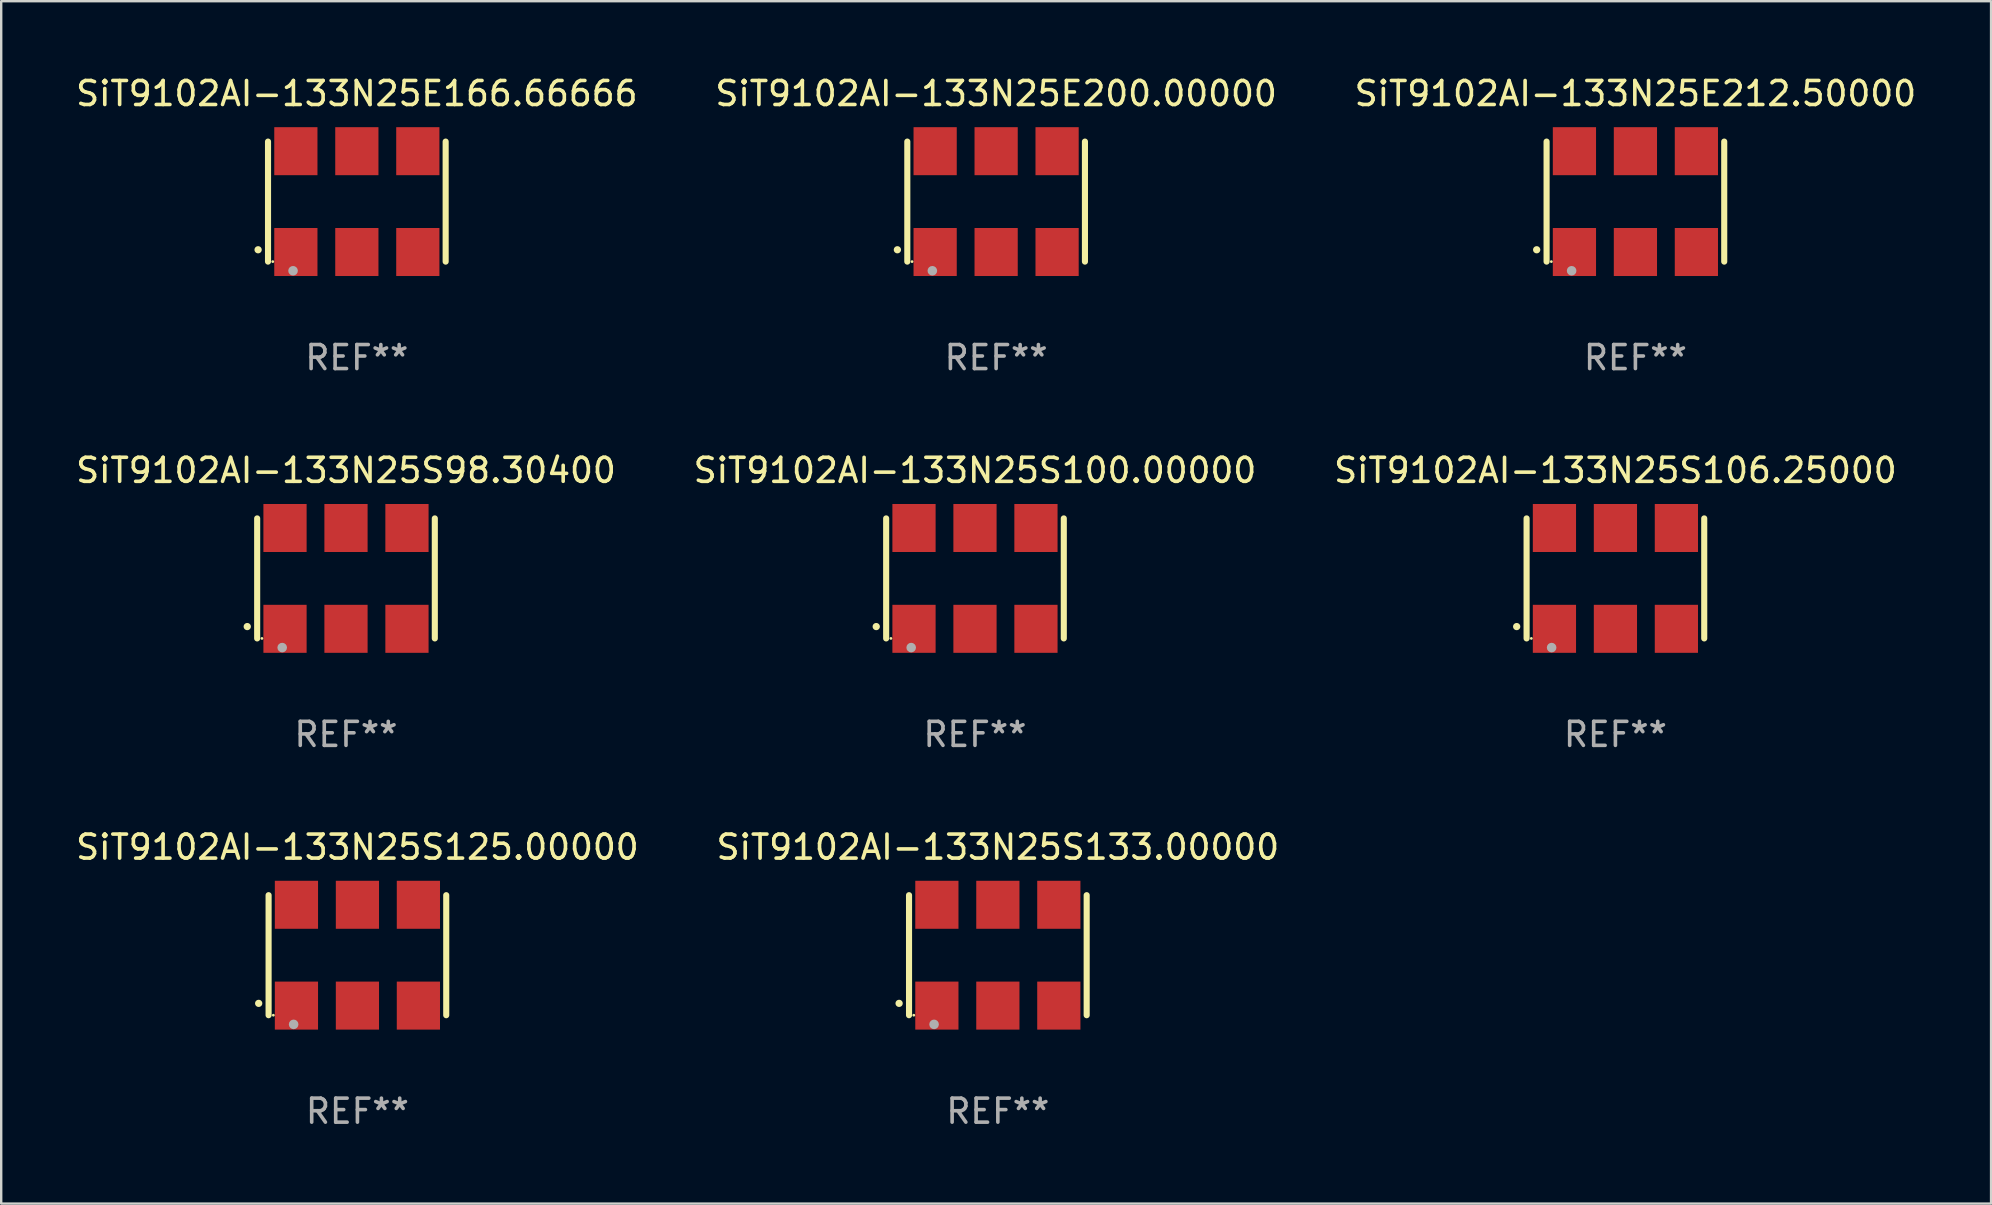
<source format=kicad_pcb>
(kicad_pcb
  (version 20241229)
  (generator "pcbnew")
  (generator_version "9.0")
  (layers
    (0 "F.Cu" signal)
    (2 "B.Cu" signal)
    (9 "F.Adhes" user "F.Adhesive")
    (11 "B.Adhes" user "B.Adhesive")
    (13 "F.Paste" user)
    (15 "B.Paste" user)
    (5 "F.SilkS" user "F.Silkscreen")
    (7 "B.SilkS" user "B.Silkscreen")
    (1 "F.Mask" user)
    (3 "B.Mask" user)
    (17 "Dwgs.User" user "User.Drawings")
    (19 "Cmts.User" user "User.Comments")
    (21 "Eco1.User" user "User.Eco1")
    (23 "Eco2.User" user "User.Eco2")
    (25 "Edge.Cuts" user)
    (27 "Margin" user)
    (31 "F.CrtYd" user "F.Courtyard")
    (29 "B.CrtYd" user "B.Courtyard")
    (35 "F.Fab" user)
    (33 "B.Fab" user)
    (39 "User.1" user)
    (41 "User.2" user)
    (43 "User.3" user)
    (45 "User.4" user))
  (footprint "SiT9102AI-133N25S100.00000"
    (layer "F.Cu")
    (at 37.565 21.045)
    (property "Reference" "SiT9102AI-133N25S100.00000" (at 0 -4.5 0) (layer "F.SilkS") (effects (font (size 1 1) (thickness 0.15))))
    (attr through_hole)
    (fp_line (start -3.7 -2.5) (end -3.7 2.5) (stroke (width 0.254) (type solid)) (layer "F.SilkS"))
    (fp_line (start 3.7 -2.5) (end 3.7 2.5) (stroke (width 0.254) (type solid)) (layer "F.SilkS"))
    (fp_arc (start -4.114415 2.006604) (mid -4.113145 2.006599) (end -4.111875 2.006604) (stroke (width 0.3) (type solid)) (layer "F.SilkS"))
    (fp_circle (center -3.502 2.5) (end -3.472 2.5) (stroke (width 0.06) (type solid)) (fill no) (layer "F.SilkS"))
    (fp_circle (center -2.657 2.882) (end -2.557 2.882) (stroke (width 0.2) (type solid)) (fill no) (layer "F.Fab"))
    (fp_text user "REF**" (at 0 6.5 0) (layer "F.Fab") (effects (font (size 1 1) (thickness 0.15))))
    (pad "1" smd rect (at -2.54 2.1) (size 1.8 2) (layers "F.Cu" "F.Mask" "F.Paste"))
    (pad "2" smd rect (at 0.000394 2.1) (size 1.8 2) (layers "F.Cu" "F.Mask" "F.Paste"))
    (pad "3" smd rect (at 2.54 2.1) (size 1.8 2) (layers "F.Cu" "F.Mask" "F.Paste"))
    (pad "4" smd rect (at 2.54 -2.1) (size 1.8 2) (layers "F.Cu" "F.Mask" "F.Paste"))
    (pad "5" smd rect (at 0.000394 -2.1) (size 1.8 2) (layers "F.Cu" "F.Mask" "F.Paste"))
    (pad "6" smd rect (at -2.54 -2.1) (size 1.8 2) (layers "F.Cu" "F.Mask" "F.Paste")))
  (footprint "SiT9102AI-133N25E212.50000"
    (layer "F.Cu")
    (at 65.077 5.348)
    (property "Reference" "SiT9102AI-133N25E212.50000" (at 0 -4.5 0) (layer "F.SilkS") (effects (font (size 1 1) (thickness 0.15))))
    (attr through_hole)
    (fp_line (start -3.7 -2.5) (end -3.7 2.5) (stroke (width 0.254) (type solid)) (layer "F.SilkS"))
    (fp_line (start 3.7 -2.5) (end 3.7 2.5) (stroke (width 0.254) (type solid)) (layer "F.SilkS"))
    (fp_arc (start -4.114415 2.006604) (mid -4.113145 2.006599) (end -4.111875 2.006604) (stroke (width 0.3) (type solid)) (layer "F.SilkS"))
    (fp_circle (center -3.502 2.5) (end -3.472 2.5) (stroke (width 0.06) (type solid)) (fill no) (layer "F.SilkS"))
    (fp_circle (center -2.657 2.882) (end -2.557 2.882) (stroke (width 0.2) (type solid)) (fill no) (layer "F.Fab"))
    (fp_text user "REF**" (at 0 6.5 0) (layer "F.Fab") (effects (font (size 1 1) (thickness 0.15))))
    (pad "1" smd rect (at -2.54 2.1) (size 1.8 2) (layers "F.Cu" "F.Mask" "F.Paste"))
    (pad "2" smd rect (at 0.000394 2.1) (size 1.8 2) (layers "F.Cu" "F.Mask" "F.Paste"))
    (pad "3" smd rect (at 2.54 2.1) (size 1.8 2) (layers "F.Cu" "F.Mask" "F.Paste"))
    (pad "4" smd rect (at 2.54 -2.1) (size 1.8 2) (layers "F.Cu" "F.Mask" "F.Paste"))
    (pad "5" smd rect (at 0.000394 -2.1) (size 1.8 2) (layers "F.Cu" "F.Mask" "F.Paste"))
    (pad "6" smd rect (at -2.54 -2.1) (size 1.8 2) (layers "F.Cu" "F.Mask" "F.Paste")))
  (footprint "SiT9102AI-133N25S125.00000"
    (layer "F.Cu")
    (at 11.839 36.741)
    (property "Reference" "SiT9102AI-133N25S125.00000" (at 0 -4.5 0) (layer "F.SilkS") (effects (font (size 1 1) (thickness 0.15))))
    (attr through_hole)
    (fp_line (start -3.7 -2.5) (end -3.7 2.5) (stroke (width 0.254) (type solid)) (layer "F.SilkS"))
    (fp_line (start 3.7 -2.5) (end 3.7 2.5) (stroke (width 0.254) (type solid)) (layer "F.SilkS"))
    (fp_arc (start -4.114415 2.006604) (mid -4.113145 2.006599) (end -4.111875 2.006604) (stroke (width 0.3) (type solid)) (layer "F.SilkS"))
    (fp_circle (center -3.502 2.5) (end -3.472 2.5) (stroke (width 0.06) (type solid)) (fill no) (layer "F.SilkS"))
    (fp_circle (center -2.657 2.882) (end -2.557 2.882) (stroke (width 0.2) (type solid)) (fill no) (layer "F.Fab"))
    (fp_text user "REF**" (at 0 6.5 0) (layer "F.Fab") (effects (font (size 1 1) (thickness 0.15))))
    (pad "1" smd rect (at -2.54 2.1) (size 1.8 2) (layers "F.Cu" "F.Mask" "F.Paste"))
    (pad "2" smd rect (at 0.000394 2.1) (size 1.8 2) (layers "F.Cu" "F.Mask" "F.Paste"))
    (pad "3" smd rect (at 2.54 2.1) (size 1.8 2) (layers "F.Cu" "F.Mask" "F.Paste"))
    (pad "4" smd rect (at 2.54 -2.1) (size 1.8 2) (layers "F.Cu" "F.Mask" "F.Paste"))
    (pad "5" smd rect (at 0.000394 -2.1) (size 1.8 2) (layers "F.Cu" "F.Mask" "F.Paste"))
    (pad "6" smd rect (at -2.54 -2.1) (size 1.8 2) (layers "F.Cu" "F.Mask" "F.Paste")))
  (footprint "SiT9102AI-133N25S106.25000"
    (layer "F.Cu")
    (at 64.244 21.045)
    (property "Reference" "SiT9102AI-133N25S106.25000" (at 0 -4.5 0) (layer "F.SilkS") (effects (font (size 1 1) (thickness 0.15))))
    (attr through_hole)
    (fp_line (start -3.7 -2.5) (end -3.7 2.5) (stroke (width 0.254) (type solid)) (layer "F.SilkS"))
    (fp_line (start 3.7 -2.5) (end 3.7 2.5) (stroke (width 0.254) (type solid)) (layer "F.SilkS"))
    (fp_arc (start -4.114415 2.006604) (mid -4.113145 2.006599) (end -4.111875 2.006604) (stroke (width 0.3) (type solid)) (layer "F.SilkS"))
    (fp_circle (center -3.502 2.5) (end -3.472 2.5) (stroke (width 0.06) (type solid)) (fill no) (layer "F.SilkS"))
    (fp_circle (center -2.657 2.882) (end -2.557 2.882) (stroke (width 0.2) (type solid)) (fill no) (layer "F.Fab"))
    (fp_text user "REF**" (at 0 6.5 0) (layer "F.Fab") (effects (font (size 1 1) (thickness 0.15))))
    (pad "1" smd rect (at -2.54 2.1) (size 1.8 2) (layers "F.Cu" "F.Mask" "F.Paste"))
    (pad "2" smd rect (at 0.000394 2.1) (size 1.8 2) (layers "F.Cu" "F.Mask" "F.Paste"))
    (pad "3" smd rect (at 2.54 2.1) (size 1.8 2) (layers "F.Cu" "F.Mask" "F.Paste"))
    (pad "4" smd rect (at 2.54 -2.1) (size 1.8 2) (layers "F.Cu" "F.Mask" "F.Paste"))
    (pad "5" smd rect (at 0.000394 -2.1) (size 1.8 2) (layers "F.Cu" "F.Mask" "F.Paste"))
    (pad "6" smd rect (at -2.54 -2.1) (size 1.8 2) (layers "F.Cu" "F.Mask" "F.Paste")))
  (footprint "SiT9102AI-133N25S98.30400"
    (layer "F.Cu")
    (at 11.363 21.045)
    (property "Reference" "SiT9102AI-133N25S98.30400" (at 0 -4.5 0) (layer "F.SilkS") (effects (font (size 1 1) (thickness 0.15))))
    (attr through_hole)
    (fp_line (start -3.7 -2.5) (end -3.7 2.5) (stroke (width 0.254) (type solid)) (layer "F.SilkS"))
    (fp_line (start 3.7 -2.5) (end 3.7 2.5) (stroke (width 0.254) (type solid)) (layer "F.SilkS"))
    (fp_arc (start -4.114415 2.006604) (mid -4.113145 2.006599) (end -4.111875 2.006604) (stroke (width 0.3) (type solid)) (layer "F.SilkS"))
    (fp_circle (center -3.502 2.5) (end -3.472 2.5) (stroke (width 0.06) (type solid)) (fill no) (layer "F.SilkS"))
    (fp_circle (center -2.657 2.882) (end -2.557 2.882) (stroke (width 0.2) (type solid)) (fill no) (layer "F.Fab"))
    (fp_text user "REF**" (at 0 6.5 0) (layer "F.Fab") (effects (font (size 1 1) (thickness 0.15))))
    (pad "1" smd rect (at -2.54 2.1) (size 1.8 2) (layers "F.Cu" "F.Mask" "F.Paste"))
    (pad "2" smd rect (at 0.000394 2.1) (size 1.8 2) (layers "F.Cu" "F.Mask" "F.Paste"))
    (pad "3" smd rect (at 2.54 2.1) (size 1.8 2) (layers "F.Cu" "F.Mask" "F.Paste"))
    (pad "4" smd rect (at 2.54 -2.1) (size 1.8 2) (layers "F.Cu" "F.Mask" "F.Paste"))
    (pad "5" smd rect (at 0.000394 -2.1) (size 1.8 2) (layers "F.Cu" "F.Mask" "F.Paste"))
    (pad "6" smd rect (at -2.54 -2.1) (size 1.8 2) (layers "F.Cu" "F.Mask" "F.Paste")))
  (footprint "SiT9102AI-133N25S133.00000"
    (layer "F.Cu")
    (at 38.518 36.741)
    (property "Reference" "SiT9102AI-133N25S133.00000" (at 0 -4.5 0) (layer "F.SilkS") (effects (font (size 1 1) (thickness 0.15))))
    (attr through_hole)
    (fp_line (start -3.7 -2.5) (end -3.7 2.5) (stroke (width 0.254) (type solid)) (layer "F.SilkS"))
    (fp_line (start 3.7 -2.5) (end 3.7 2.5) (stroke (width 0.254) (type solid)) (layer "F.SilkS"))
    (fp_arc (start -4.114415 2.006604) (mid -4.113145 2.006599) (end -4.111875 2.006604) (stroke (width 0.3) (type solid)) (layer "F.SilkS"))
    (fp_circle (center -3.502 2.5) (end -3.472 2.5) (stroke (width 0.06) (type solid)) (fill no) (layer "F.SilkS"))
    (fp_circle (center -2.657 2.882) (end -2.557 2.882) (stroke (width 0.2) (type solid)) (fill no) (layer "F.Fab"))
    (fp_text user "REF**" (at 0 6.5 0) (layer "F.Fab") (effects (font (size 1 1) (thickness 0.15))))
    (pad "1" smd rect (at -2.54 2.1) (size 1.8 2) (layers "F.Cu" "F.Mask" "F.Paste"))
    (pad "2" smd rect (at 0.000394 2.1) (size 1.8 2) (layers "F.Cu" "F.Mask" "F.Paste"))
    (pad "3" smd rect (at 2.54 2.1) (size 1.8 2) (layers "F.Cu" "F.Mask" "F.Paste"))
    (pad "4" smd rect (at 2.54 -2.1) (size 1.8 2) (layers "F.Cu" "F.Mask" "F.Paste"))
    (pad "5" smd rect (at 0.000394 -2.1) (size 1.8 2) (layers "F.Cu" "F.Mask" "F.Paste"))
    (pad "6" smd rect (at -2.54 -2.1) (size 1.8 2) (layers "F.Cu" "F.Mask" "F.Paste")))
  (footprint "SiT9102AI-133N25E200.00000"
    (layer "F.Cu")
    (at 38.446 5.348)
    (property "Reference" "SiT9102AI-133N25E200.00000" (at 0 -4.5 0) (layer "F.SilkS") (effects (font (size 1 1) (thickness 0.15))))
    (attr through_hole)
    (fp_line (start -3.7 -2.5) (end -3.7 2.5) (stroke (width 0.254) (type solid)) (layer "F.SilkS"))
    (fp_line (start 3.7 -2.5) (end 3.7 2.5) (stroke (width 0.254) (type solid)) (layer "F.SilkS"))
    (fp_arc (start -4.114415 2.006604) (mid -4.113145 2.006599) (end -4.111875 2.006604) (stroke (width 0.3) (type solid)) (layer "F.SilkS"))
    (fp_circle (center -3.502 2.5) (end -3.472 2.5) (stroke (width 0.06) (type solid)) (fill no) (layer "F.SilkS"))
    (fp_circle (center -2.657 2.882) (end -2.557 2.882) (stroke (width 0.2) (type solid)) (fill no) (layer "F.Fab"))
    (fp_text user "REF**" (at 0 6.5 0) (layer "F.Fab") (effects (font (size 1 1) (thickness 0.15))))
    (pad "1" smd rect (at -2.54 2.1) (size 1.8 2) (layers "F.Cu" "F.Mask" "F.Paste"))
    (pad "2" smd rect (at 0.000394 2.1) (size 1.8 2) (layers "F.Cu" "F.Mask" "F.Paste"))
    (pad "3" smd rect (at 2.54 2.1) (size 1.8 2) (layers "F.Cu" "F.Mask" "F.Paste"))
    (pad "4" smd rect (at 2.54 -2.1) (size 1.8 2) (layers "F.Cu" "F.Mask" "F.Paste"))
    (pad "5" smd rect (at 0.000394 -2.1) (size 1.8 2) (layers "F.Cu" "F.Mask" "F.Paste"))
    (pad "6" smd rect (at -2.54 -2.1) (size 1.8 2) (layers "F.Cu" "F.Mask" "F.Paste")))
  (footprint "SiT9102AI-133N25E166.66666"
    (layer "F.Cu")
    (at 11.815 5.348)
    (property "Reference" "SiT9102AI-133N25E166.66666" (at 0 -4.5 0) (layer "F.SilkS") (effects (font (size 1 1) (thickness 0.15))))
    (attr through_hole)
    (fp_line (start -3.7 -2.5) (end -3.7 2.5) (stroke (width 0.254) (type solid)) (layer "F.SilkS"))
    (fp_line (start 3.7 -2.5) (end 3.7 2.5) (stroke (width 0.254) (type solid)) (layer "F.SilkS"))
    (fp_arc (start -4.114415 2.006604) (mid -4.113145 2.006599) (end -4.111875 2.006604) (stroke (width 0.3) (type solid)) (layer "F.SilkS"))
    (fp_circle (center -3.502 2.5) (end -3.472 2.5) (stroke (width 0.06) (type solid)) (fill no) (layer "F.SilkS"))
    (fp_circle (center -2.657 2.882) (end -2.557 2.882) (stroke (width 0.2) (type solid)) (fill no) (layer "F.Fab"))
    (fp_text user "REF**" (at 0 6.5 0) (layer "F.Fab") (effects (font (size 1 1) (thickness 0.15))))
    (pad "1" smd rect (at -2.54 2.1) (size 1.8 2) (layers "F.Cu" "F.Mask" "F.Paste"))
    (pad "2" smd rect (at 0.000394 2.1) (size 1.8 2) (layers "F.Cu" "F.Mask" "F.Paste"))
    (pad "3" smd rect (at 2.54 2.1) (size 1.8 2) (layers "F.Cu" "F.Mask" "F.Paste"))
    (pad "4" smd rect (at 2.54 -2.1) (size 1.8 2) (layers "F.Cu" "F.Mask" "F.Paste"))
    (pad "5" smd rect (at 0.000394 -2.1) (size 1.8 2) (layers "F.Cu" "F.Mask" "F.Paste"))
    (pad "6" smd rect (at -2.54 -2.1) (size 1.8 2) (layers "F.Cu" "F.Mask" "F.Paste")))
  (gr_rect
    (start -3 -3)
    (end 79.893 47.09)
    (stroke (width 0.1) (type default))
    (fill no)
    (layer "Edge.Cuts")))
</source>
